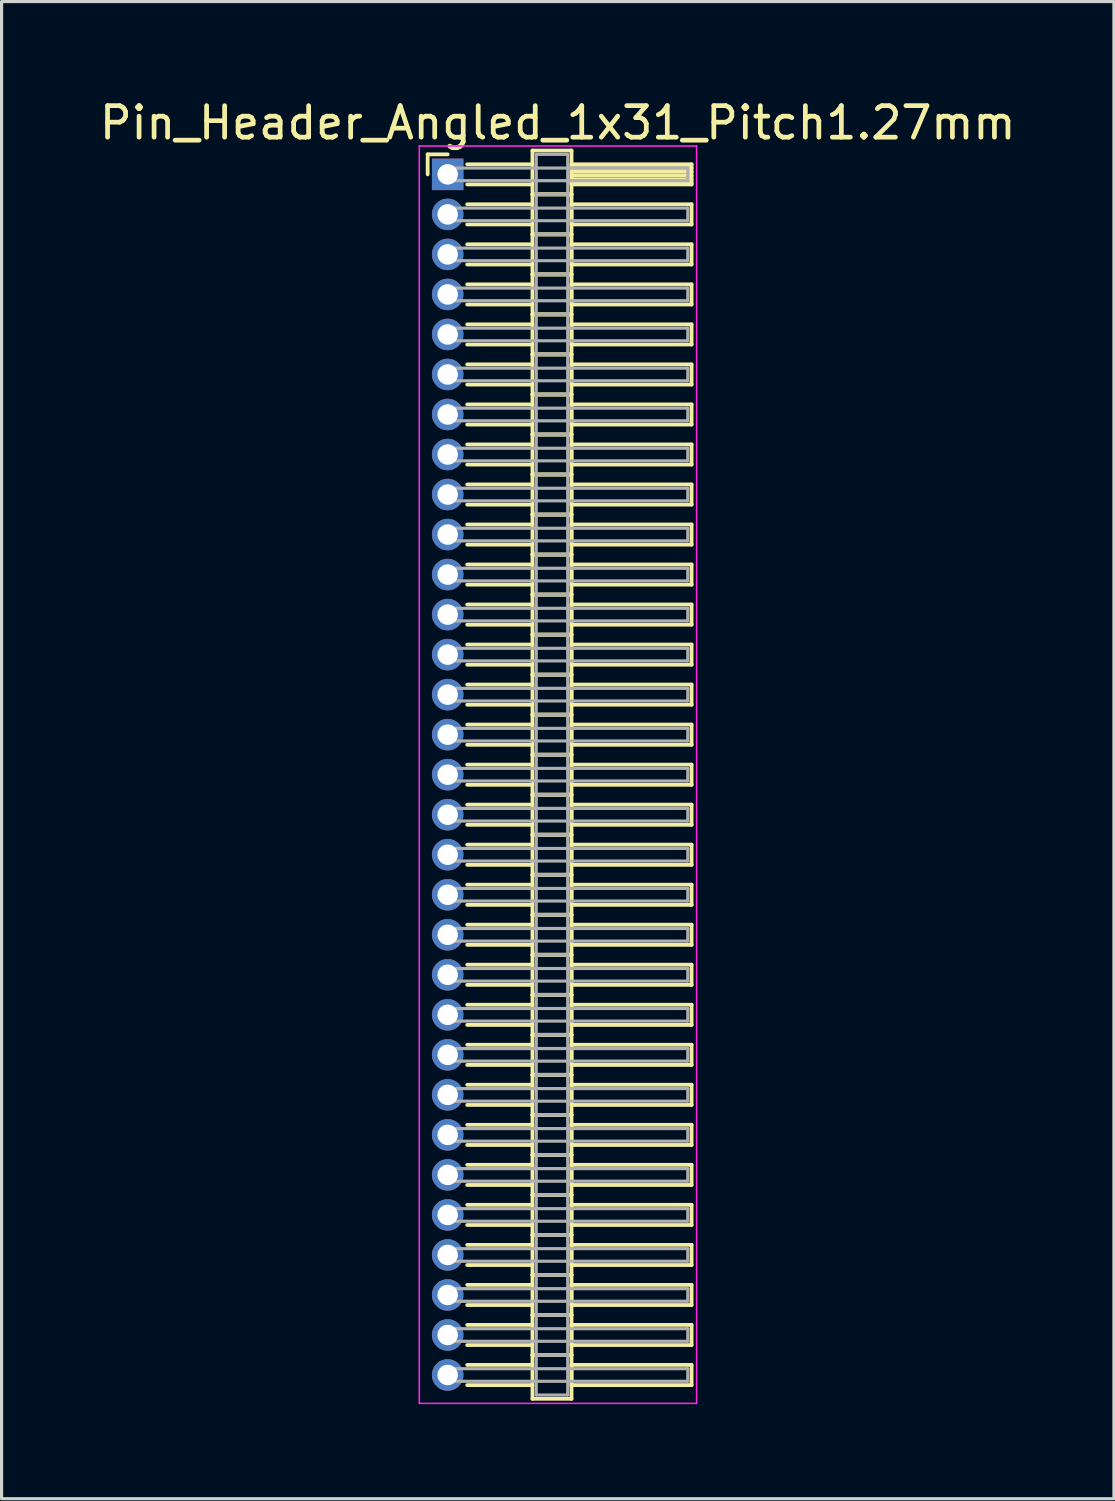
<source format=kicad_pcb>
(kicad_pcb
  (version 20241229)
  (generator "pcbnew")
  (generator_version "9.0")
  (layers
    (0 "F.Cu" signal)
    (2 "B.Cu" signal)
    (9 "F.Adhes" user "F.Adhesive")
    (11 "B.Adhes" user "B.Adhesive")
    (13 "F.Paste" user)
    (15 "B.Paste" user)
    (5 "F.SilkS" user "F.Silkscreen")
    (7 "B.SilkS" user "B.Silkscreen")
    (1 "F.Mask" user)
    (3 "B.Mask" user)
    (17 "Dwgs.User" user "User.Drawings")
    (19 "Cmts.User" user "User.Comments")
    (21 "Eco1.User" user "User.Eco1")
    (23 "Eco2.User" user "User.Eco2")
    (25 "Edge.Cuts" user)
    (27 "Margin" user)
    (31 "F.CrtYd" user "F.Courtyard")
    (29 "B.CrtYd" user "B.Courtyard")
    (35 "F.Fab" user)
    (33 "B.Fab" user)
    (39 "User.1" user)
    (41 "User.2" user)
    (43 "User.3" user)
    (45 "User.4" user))
  (footprint "Pin_Header_Angled_1x31_Pitch1.27mm"
    (layer "F.Cu")
    (at 11.156 2.483)
    (property "Reference" "Pin_Header_Angled_1x31_Pitch1.27mm" (at 3.493 -1.635 0) (layer "F.SilkS") (effects (font (size 1 1) (thickness 0.15))))
    (attr through_hole)
    (fp_line (start -0.635 -0.635) (end 0 -0.635) (stroke (width 0.12) (type solid)) (layer "F.SilkS"))
    (fp_line (start -0.635 0) (end -0.635 -0.635) (stroke (width 0.12) (type solid)) (layer "F.SilkS"))
    (fp_line (start 0.62 -0.32) (end 2.69 -0.32) (stroke (width 0.12) (type solid)) (layer "F.SilkS"))
    (fp_line (start 0.62 0.32) (end 2.69 0.32) (stroke (width 0.12) (type solid)) (layer "F.SilkS"))
    (fp_line (start 0.62 0.95) (end 2.69 0.95) (stroke (width 0.12) (type solid)) (layer "F.SilkS"))
    (fp_line (start 0.62 1.59) (end 2.69 1.59) (stroke (width 0.12) (type solid)) (layer "F.SilkS"))
    (fp_line (start 0.62 2.22) (end 2.69 2.22) (stroke (width 0.12) (type solid)) (layer "F.SilkS"))
    (fp_line (start 0.62 2.86) (end 2.69 2.86) (stroke (width 0.12) (type solid)) (layer "F.SilkS"))
    (fp_line (start 0.62 3.49) (end 2.69 3.49) (stroke (width 0.12) (type solid)) (layer "F.SilkS"))
    (fp_line (start 0.62 4.13) (end 2.69 4.13) (stroke (width 0.12) (type solid)) (layer "F.SilkS"))
    (fp_line (start 0.62 4.76) (end 2.69 4.76) (stroke (width 0.12) (type solid)) (layer "F.SilkS"))
    (fp_line (start 0.62 5.4) (end 2.69 5.4) (stroke (width 0.12) (type solid)) (layer "F.SilkS"))
    (fp_line (start 0.62 6.03) (end 2.69 6.03) (stroke (width 0.12) (type solid)) (layer "F.SilkS"))
    (fp_line (start 0.62 6.67) (end 2.69 6.67) (stroke (width 0.12) (type solid)) (layer "F.SilkS"))
    (fp_line (start 0.62 7.3) (end 2.69 7.3) (stroke (width 0.12) (type solid)) (layer "F.SilkS"))
    (fp_line (start 0.62 7.94) (end 2.69 7.94) (stroke (width 0.12) (type solid)) (layer "F.SilkS"))
    (fp_line (start 0.62 8.57) (end 2.69 8.57) (stroke (width 0.12) (type solid)) (layer "F.SilkS"))
    (fp_line (start 0.62 9.21) (end 2.69 9.21) (stroke (width 0.12) (type solid)) (layer "F.SilkS"))
    (fp_line (start 0.62 9.84) (end 2.69 9.84) (stroke (width 0.12) (type solid)) (layer "F.SilkS"))
    (fp_line (start 0.62 10.48) (end 2.69 10.48) (stroke (width 0.12) (type solid)) (layer "F.SilkS"))
    (fp_line (start 0.62 11.11) (end 2.69 11.11) (stroke (width 0.12) (type solid)) (layer "F.SilkS"))
    (fp_line (start 0.62 11.75) (end 2.69 11.75) (stroke (width 0.12) (type solid)) (layer "F.SilkS"))
    (fp_line (start 0.62 12.38) (end 2.69 12.38) (stroke (width 0.12) (type solid)) (layer "F.SilkS"))
    (fp_line (start 0.62 13.02) (end 2.69 13.02) (stroke (width 0.12) (type solid)) (layer "F.SilkS"))
    (fp_line (start 0.62 13.65) (end 2.69 13.65) (stroke (width 0.12) (type solid)) (layer "F.SilkS"))
    (fp_line (start 0.62 14.29) (end 2.69 14.29) (stroke (width 0.12) (type solid)) (layer "F.SilkS"))
    (fp_line (start 0.62 14.92) (end 2.69 14.92) (stroke (width 0.12) (type solid)) (layer "F.SilkS"))
    (fp_line (start 0.62 15.56) (end 2.69 15.56) (stroke (width 0.12) (type solid)) (layer "F.SilkS"))
    (fp_line (start 0.62 16.19) (end 2.69 16.19) (stroke (width 0.12) (type solid)) (layer "F.SilkS"))
    (fp_line (start 0.62 16.83) (end 2.69 16.83) (stroke (width 0.12) (type solid)) (layer "F.SilkS"))
    (fp_line (start 0.62 17.46) (end 2.69 17.46) (stroke (width 0.12) (type solid)) (layer "F.SilkS"))
    (fp_line (start 0.62 18.1) (end 2.69 18.1) (stroke (width 0.12) (type solid)) (layer "F.SilkS"))
    (fp_line (start 0.62 18.73) (end 2.69 18.73) (stroke (width 0.12) (type solid)) (layer "F.SilkS"))
    (fp_line (start 0.62 19.37) (end 2.69 19.37) (stroke (width 0.12) (type solid)) (layer "F.SilkS"))
    (fp_line (start 0.62 20) (end 2.69 20) (stroke (width 0.12) (type solid)) (layer "F.SilkS"))
    (fp_line (start 0.62 20.64) (end 2.69 20.64) (stroke (width 0.12) (type solid)) (layer "F.SilkS"))
    (fp_line (start 0.62 21.27) (end 2.69 21.27) (stroke (width 0.12) (type solid)) (layer "F.SilkS"))
    (fp_line (start 0.62 21.91) (end 2.69 21.91) (stroke (width 0.12) (type solid)) (layer "F.SilkS"))
    (fp_line (start 0.62 22.54) (end 2.69 22.54) (stroke (width 0.12) (type solid)) (layer "F.SilkS"))
    (fp_line (start 0.62 23.18) (end 2.69 23.18) (stroke (width 0.12) (type solid)) (layer "F.SilkS"))
    (fp_line (start 0.62 23.81) (end 2.69 23.81) (stroke (width 0.12) (type solid)) (layer "F.SilkS"))
    (fp_line (start 0.62 24.45) (end 2.69 24.45) (stroke (width 0.12) (type solid)) (layer "F.SilkS"))
    (fp_line (start 0.62 25.08) (end 2.69 25.08) (stroke (width 0.12) (type solid)) (layer "F.SilkS"))
    (fp_line (start 0.62 25.72) (end 2.69 25.72) (stroke (width 0.12) (type solid)) (layer "F.SilkS"))
    (fp_line (start 0.62 26.35) (end 2.69 26.35) (stroke (width 0.12) (type solid)) (layer "F.SilkS"))
    (fp_line (start 0.62 26.99) (end 2.69 26.99) (stroke (width 0.12) (type solid)) (layer "F.SilkS"))
    (fp_line (start 0.62 27.62) (end 2.69 27.62) (stroke (width 0.12) (type solid)) (layer "F.SilkS"))
    (fp_line (start 0.62 28.26) (end 2.69 28.26) (stroke (width 0.12) (type solid)) (layer "F.SilkS"))
    (fp_line (start 0.62 28.89) (end 2.69 28.89) (stroke (width 0.12) (type solid)) (layer "F.SilkS"))
    (fp_line (start 0.62 29.53) (end 2.69 29.53) (stroke (width 0.12) (type solid)) (layer "F.SilkS"))
    (fp_line (start 0.62 30.16) (end 2.69 30.16) (stroke (width 0.12) (type solid)) (layer "F.SilkS"))
    (fp_line (start 0.62 30.8) (end 2.69 30.8) (stroke (width 0.12) (type solid)) (layer "F.SilkS"))
    (fp_line (start 0.62 31.43) (end 2.69 31.43) (stroke (width 0.12) (type solid)) (layer "F.SilkS"))
    (fp_line (start 0.62 32.07) (end 2.69 32.07) (stroke (width 0.12) (type solid)) (layer "F.SilkS"))
    (fp_line (start 0.62 32.7) (end 2.69 32.7) (stroke (width 0.12) (type solid)) (layer "F.SilkS"))
    (fp_line (start 0.62 33.34) (end 2.69 33.34) (stroke (width 0.12) (type solid)) (layer "F.SilkS"))
    (fp_line (start 0.62 33.97) (end 2.69 33.97) (stroke (width 0.12) (type solid)) (layer "F.SilkS"))
    (fp_line (start 0.62 34.61) (end 2.69 34.61) (stroke (width 0.12) (type solid)) (layer "F.SilkS"))
    (fp_line (start 0.62 35.24) (end 2.69 35.24) (stroke (width 0.12) (type solid)) (layer "F.SilkS"))
    (fp_line (start 0.62 35.88) (end 2.69 35.88) (stroke (width 0.12) (type solid)) (layer "F.SilkS"))
    (fp_line (start 0.62 36.51) (end 2.69 36.51) (stroke (width 0.12) (type solid)) (layer "F.SilkS"))
    (fp_line (start 0.62 37.15) (end 2.69 37.15) (stroke (width 0.12) (type solid)) (layer "F.SilkS"))
    (fp_line (start 0.62 37.78) (end 2.69 37.78) (stroke (width 0.12) (type solid)) (layer "F.SilkS"))
    (fp_line (start 0.62 38.42) (end 2.69 38.42) (stroke (width 0.12) (type solid)) (layer "F.SilkS"))
    (fp_line (start 2.69 -0.755) (end 2.69 0.635) (stroke (width 0.12) (type solid)) (layer "F.SilkS"))
    (fp_line (start 2.69 0.635) (end 2.69 1.905) (stroke (width 0.12) (type solid)) (layer "F.SilkS"))
    (fp_line (start 2.69 0.635) (end 3.93 0.635) (stroke (width 0.12) (type solid)) (layer "F.SilkS"))
    (fp_line (start 2.69 1.905) (end 2.69 3.175) (stroke (width 0.12) (type solid)) (layer "F.SilkS"))
    (fp_line (start 2.69 1.905) (end 3.93 1.905) (stroke (width 0.12) (type solid)) (layer "F.SilkS"))
    (fp_line (start 2.69 3.175) (end 2.69 4.445) (stroke (width 0.12) (type solid)) (layer "F.SilkS"))
    (fp_line (start 2.69 3.175) (end 3.93 3.175) (stroke (width 0.12) (type solid)) (layer "F.SilkS"))
    (fp_line (start 2.69 4.445) (end 2.69 5.715) (stroke (width 0.12) (type solid)) (layer "F.SilkS"))
    (fp_line (start 2.69 4.445) (end 3.93 4.445) (stroke (width 0.12) (type solid)) (layer "F.SilkS"))
    (fp_line (start 2.69 5.715) (end 2.69 6.985) (stroke (width 0.12) (type solid)) (layer "F.SilkS"))
    (fp_line (start 2.69 5.715) (end 3.93 5.715) (stroke (width 0.12) (type solid)) (layer "F.SilkS"))
    (fp_line (start 2.69 6.985) (end 2.69 8.255) (stroke (width 0.12) (type solid)) (layer "F.SilkS"))
    (fp_line (start 2.69 6.985) (end 3.93 6.985) (stroke (width 0.12) (type solid)) (layer "F.SilkS"))
    (fp_line (start 2.69 8.255) (end 2.69 9.525) (stroke (width 0.12) (type solid)) (layer "F.SilkS"))
    (fp_line (start 2.69 8.255) (end 3.93 8.255) (stroke (width 0.12) (type solid)) (layer "F.SilkS"))
    (fp_line (start 2.69 9.525) (end 2.69 10.795) (stroke (width 0.12) (type solid)) (layer "F.SilkS"))
    (fp_line (start 2.69 9.525) (end 3.93 9.525) (stroke (width 0.12) (type solid)) (layer "F.SilkS"))
    (fp_line (start 2.69 10.795) (end 2.69 12.065) (stroke (width 0.12) (type solid)) (layer "F.SilkS"))
    (fp_line (start 2.69 10.795) (end 3.93 10.795) (stroke (width 0.12) (type solid)) (layer "F.SilkS"))
    (fp_line (start 2.69 12.065) (end 2.69 13.335) (stroke (width 0.12) (type solid)) (layer "F.SilkS"))
    (fp_line (start 2.69 12.065) (end 3.93 12.065) (stroke (width 0.12) (type solid)) (layer "F.SilkS"))
    (fp_line (start 2.69 13.335) (end 2.69 14.605) (stroke (width 0.12) (type solid)) (layer "F.SilkS"))
    (fp_line (start 2.69 13.335) (end 3.93 13.335) (stroke (width 0.12) (type solid)) (layer "F.SilkS"))
    (fp_line (start 2.69 14.605) (end 2.69 15.875) (stroke (width 0.12) (type solid)) (layer "F.SilkS"))
    (fp_line (start 2.69 14.605) (end 3.93 14.605) (stroke (width 0.12) (type solid)) (layer "F.SilkS"))
    (fp_line (start 2.69 15.875) (end 2.69 17.145) (stroke (width 0.12) (type solid)) (layer "F.SilkS"))
    (fp_line (start 2.69 15.875) (end 3.93 15.875) (stroke (width 0.12) (type solid)) (layer "F.SilkS"))
    (fp_line (start 2.69 17.145) (end 2.69 18.415) (stroke (width 0.12) (type solid)) (layer "F.SilkS"))
    (fp_line (start 2.69 17.145) (end 3.93 17.145) (stroke (width 0.12) (type solid)) (layer "F.SilkS"))
    (fp_line (start 2.69 18.415) (end 2.69 19.685) (stroke (width 0.12) (type solid)) (layer "F.SilkS"))
    (fp_line (start 2.69 18.415) (end 3.93 18.415) (stroke (width 0.12) (type solid)) (layer "F.SilkS"))
    (fp_line (start 2.69 19.685) (end 2.69 20.955) (stroke (width 0.12) (type solid)) (layer "F.SilkS"))
    (fp_line (start 2.69 19.685) (end 3.93 19.685) (stroke (width 0.12) (type solid)) (layer "F.SilkS"))
    (fp_line (start 2.69 20.955) (end 2.69 22.225) (stroke (width 0.12) (type solid)) (layer "F.SilkS"))
    (fp_line (start 2.69 20.955) (end 3.93 20.955) (stroke (width 0.12) (type solid)) (layer "F.SilkS"))
    (fp_line (start 2.69 22.225) (end 2.69 23.495) (stroke (width 0.12) (type solid)) (layer "F.SilkS"))
    (fp_line (start 2.69 22.225) (end 3.93 22.225) (stroke (width 0.12) (type solid)) (layer "F.SilkS"))
    (fp_line (start 2.69 23.495) (end 2.69 24.765) (stroke (width 0.12) (type solid)) (layer "F.SilkS"))
    (fp_line (start 2.69 23.495) (end 3.93 23.495) (stroke (width 0.12) (type solid)) (layer "F.SilkS"))
    (fp_line (start 2.69 24.765) (end 2.69 26.035) (stroke (width 0.12) (type solid)) (layer "F.SilkS"))
    (fp_line (start 2.69 24.765) (end 3.93 24.765) (stroke (width 0.12) (type solid)) (layer "F.SilkS"))
    (fp_line (start 2.69 26.035) (end 2.69 27.305) (stroke (width 0.12) (type solid)) (layer "F.SilkS"))
    (fp_line (start 2.69 26.035) (end 3.93 26.035) (stroke (width 0.12) (type solid)) (layer "F.SilkS"))
    (fp_line (start 2.69 27.305) (end 2.69 28.575) (stroke (width 0.12) (type solid)) (layer "F.SilkS"))
    (fp_line (start 2.69 27.305) (end 3.93 27.305) (stroke (width 0.12) (type solid)) (layer "F.SilkS"))
    (fp_line (start 2.69 28.575) (end 2.69 29.845) (stroke (width 0.12) (type solid)) (layer "F.SilkS"))
    (fp_line (start 2.69 28.575) (end 3.93 28.575) (stroke (width 0.12) (type solid)) (layer "F.SilkS"))
    (fp_line (start 2.69 29.845) (end 2.69 31.115) (stroke (width 0.12) (type solid)) (layer "F.SilkS"))
    (fp_line (start 2.69 29.845) (end 3.93 29.845) (stroke (width 0.12) (type solid)) (layer "F.SilkS"))
    (fp_line (start 2.69 31.115) (end 2.69 32.385) (stroke (width 0.12) (type solid)) (layer "F.SilkS"))
    (fp_line (start 2.69 31.115) (end 3.93 31.115) (stroke (width 0.12) (type solid)) (layer "F.SilkS"))
    (fp_line (start 2.69 32.385) (end 2.69 33.655) (stroke (width 0.12) (type solid)) (layer "F.SilkS"))
    (fp_line (start 2.69 32.385) (end 3.93 32.385) (stroke (width 0.12) (type solid)) (layer "F.SilkS"))
    (fp_line (start 2.69 33.655) (end 2.69 34.925) (stroke (width 0.12) (type solid)) (layer "F.SilkS"))
    (fp_line (start 2.69 33.655) (end 3.93 33.655) (stroke (width 0.12) (type solid)) (layer "F.SilkS"))
    (fp_line (start 2.69 34.925) (end 2.69 36.195) (stroke (width 0.12) (type solid)) (layer "F.SilkS"))
    (fp_line (start 2.69 34.925) (end 3.93 34.925) (stroke (width 0.12) (type solid)) (layer "F.SilkS"))
    (fp_line (start 2.69 36.195) (end 2.69 37.465) (stroke (width 0.12) (type solid)) (layer "F.SilkS"))
    (fp_line (start 2.69 36.195) (end 3.93 36.195) (stroke (width 0.12) (type solid)) (layer "F.SilkS"))
    (fp_line (start 2.69 37.465) (end 2.69 38.855) (stroke (width 0.12) (type solid)) (layer "F.SilkS"))
    (fp_line (start 2.69 37.465) (end 3.93 37.465) (stroke (width 0.12) (type solid)) (layer "F.SilkS"))
    (fp_line (start 2.69 38.855) (end 3.93 38.855) (stroke (width 0.12) (type solid)) (layer "F.SilkS"))
    (fp_line (start 3.93 -0.755) (end 2.69 -0.755) (stroke (width 0.12) (type solid)) (layer "F.SilkS"))
    (fp_line (start 3.93 -0.32) (end 3.93 0.32) (stroke (width 0.12) (type solid)) (layer "F.SilkS"))
    (fp_line (start 3.93 -0.2) (end 7.74 -0.2) (stroke (width 0.12) (type solid)) (layer "F.SilkS"))
    (fp_line (start 3.93 -0.08) (end 7.74 -0.08) (stroke (width 0.12) (type solid)) (layer "F.SilkS"))
    (fp_line (start 3.93 0.04) (end 7.74 0.04) (stroke (width 0.12) (type solid)) (layer "F.SilkS"))
    (fp_line (start 3.93 0.16) (end 7.74 0.16) (stroke (width 0.12) (type solid)) (layer "F.SilkS"))
    (fp_line (start 3.93 0.28) (end 7.74 0.28) (stroke (width 0.12) (type solid)) (layer "F.SilkS"))
    (fp_line (start 3.93 0.32) (end 7.74 0.32) (stroke (width 0.12) (type solid)) (layer "F.SilkS"))
    (fp_line (start 3.93 0.635) (end 2.69 0.635) (stroke (width 0.12) (type solid)) (layer "F.SilkS"))
    (fp_line (start 3.93 0.635) (end 3.93 -0.755) (stroke (width 0.12) (type solid)) (layer "F.SilkS"))
    (fp_line (start 3.93 0.95) (end 3.93 1.59) (stroke (width 0.12) (type solid)) (layer "F.SilkS"))
    (fp_line (start 3.93 1.59) (end 7.74 1.59) (stroke (width 0.12) (type solid)) (layer "F.SilkS"))
    (fp_line (start 3.93 1.905) (end 2.69 1.905) (stroke (width 0.12) (type solid)) (layer "F.SilkS"))
    (fp_line (start 3.93 1.905) (end 3.93 0.635) (stroke (width 0.12) (type solid)) (layer "F.SilkS"))
    (fp_line (start 3.93 2.22) (end 3.93 2.86) (stroke (width 0.12) (type solid)) (layer "F.SilkS"))
    (fp_line (start 3.93 2.86) (end 7.74 2.86) (stroke (width 0.12) (type solid)) (layer "F.SilkS"))
    (fp_line (start 3.93 3.175) (end 2.69 3.175) (stroke (width 0.12) (type solid)) (layer "F.SilkS"))
    (fp_line (start 3.93 3.175) (end 3.93 1.905) (stroke (width 0.12) (type solid)) (layer "F.SilkS"))
    (fp_line (start 3.93 3.49) (end 3.93 4.13) (stroke (width 0.12) (type solid)) (layer "F.SilkS"))
    (fp_line (start 3.93 4.13) (end 7.74 4.13) (stroke (width 0.12) (type solid)) (layer "F.SilkS"))
    (fp_line (start 3.93 4.445) (end 2.69 4.445) (stroke (width 0.12) (type solid)) (layer "F.SilkS"))
    (fp_line (start 3.93 4.445) (end 3.93 3.175) (stroke (width 0.12) (type solid)) (layer "F.SilkS"))
    (fp_line (start 3.93 4.76) (end 3.93 5.4) (stroke (width 0.12) (type solid)) (layer "F.SilkS"))
    (fp_line (start 3.93 5.4) (end 7.74 5.4) (stroke (width 0.12) (type solid)) (layer "F.SilkS"))
    (fp_line (start 3.93 5.715) (end 2.69 5.715) (stroke (width 0.12) (type solid)) (layer "F.SilkS"))
    (fp_line (start 3.93 5.715) (end 3.93 4.445) (stroke (width 0.12) (type solid)) (layer "F.SilkS"))
    (fp_line (start 3.93 6.03) (end 3.93 6.67) (stroke (width 0.12) (type solid)) (layer "F.SilkS"))
    (fp_line (start 3.93 6.67) (end 7.74 6.67) (stroke (width 0.12) (type solid)) (layer "F.SilkS"))
    (fp_line (start 3.93 6.985) (end 2.69 6.985) (stroke (width 0.12) (type solid)) (layer "F.SilkS"))
    (fp_line (start 3.93 6.985) (end 3.93 5.715) (stroke (width 0.12) (type solid)) (layer "F.SilkS"))
    (fp_line (start 3.93 7.3) (end 3.93 7.94) (stroke (width 0.12) (type solid)) (layer "F.SilkS"))
    (fp_line (start 3.93 7.94) (end 7.74 7.94) (stroke (width 0.12) (type solid)) (layer "F.SilkS"))
    (fp_line (start 3.93 8.255) (end 2.69 8.255) (stroke (width 0.12) (type solid)) (layer "F.SilkS"))
    (fp_line (start 3.93 8.255) (end 3.93 6.985) (stroke (width 0.12) (type solid)) (layer "F.SilkS"))
    (fp_line (start 3.93 8.57) (end 3.93 9.21) (stroke (width 0.12) (type solid)) (layer "F.SilkS"))
    (fp_line (start 3.93 9.21) (end 7.74 9.21) (stroke (width 0.12) (type solid)) (layer "F.SilkS"))
    (fp_line (start 3.93 9.525) (end 2.69 9.525) (stroke (width 0.12) (type solid)) (layer "F.SilkS"))
    (fp_line (start 3.93 9.525) (end 3.93 8.255) (stroke (width 0.12) (type solid)) (layer "F.SilkS"))
    (fp_line (start 3.93 9.84) (end 3.93 10.48) (stroke (width 0.12) (type solid)) (layer "F.SilkS"))
    (fp_line (start 3.93 10.48) (end 7.74 10.48) (stroke (width 0.12) (type solid)) (layer "F.SilkS"))
    (fp_line (start 3.93 10.795) (end 2.69 10.795) (stroke (width 0.12) (type solid)) (layer "F.SilkS"))
    (fp_line (start 3.93 10.795) (end 3.93 9.525) (stroke (width 0.12) (type solid)) (layer "F.SilkS"))
    (fp_line (start 3.93 11.11) (end 3.93 11.75) (stroke (width 0.12) (type solid)) (layer "F.SilkS"))
    (fp_line (start 3.93 11.75) (end 7.74 11.75) (stroke (width 0.12) (type solid)) (layer "F.SilkS"))
    (fp_line (start 3.93 12.065) (end 2.69 12.065) (stroke (width 0.12) (type solid)) (layer "F.SilkS"))
    (fp_line (start 3.93 12.065) (end 3.93 10.795) (stroke (width 0.12) (type solid)) (layer "F.SilkS"))
    (fp_line (start 3.93 12.38) (end 3.93 13.02) (stroke (width 0.12) (type solid)) (layer "F.SilkS"))
    (fp_line (start 3.93 13.02) (end 7.74 13.02) (stroke (width 0.12) (type solid)) (layer "F.SilkS"))
    (fp_line (start 3.93 13.335) (end 2.69 13.335) (stroke (width 0.12) (type solid)) (layer "F.SilkS"))
    (fp_line (start 3.93 13.335) (end 3.93 12.065) (stroke (width 0.12) (type solid)) (layer "F.SilkS"))
    (fp_line (start 3.93 13.65) (end 3.93 14.29) (stroke (width 0.12) (type solid)) (layer "F.SilkS"))
    (fp_line (start 3.93 14.29) (end 7.74 14.29) (stroke (width 0.12) (type solid)) (layer "F.SilkS"))
    (fp_line (start 3.93 14.605) (end 2.69 14.605) (stroke (width 0.12) (type solid)) (layer "F.SilkS"))
    (fp_line (start 3.93 14.605) (end 3.93 13.335) (stroke (width 0.12) (type solid)) (layer "F.SilkS"))
    (fp_line (start 3.93 14.92) (end 3.93 15.56) (stroke (width 0.12) (type solid)) (layer "F.SilkS"))
    (fp_line (start 3.93 15.56) (end 7.74 15.56) (stroke (width 0.12) (type solid)) (layer "F.SilkS"))
    (fp_line (start 3.93 15.875) (end 2.69 15.875) (stroke (width 0.12) (type solid)) (layer "F.SilkS"))
    (fp_line (start 3.93 15.875) (end 3.93 14.605) (stroke (width 0.12) (type solid)) (layer "F.SilkS"))
    (fp_line (start 3.93 16.19) (end 3.93 16.83) (stroke (width 0.12) (type solid)) (layer "F.SilkS"))
    (fp_line (start 3.93 16.83) (end 7.74 16.83) (stroke (width 0.12) (type solid)) (layer "F.SilkS"))
    (fp_line (start 3.93 17.145) (end 2.69 17.145) (stroke (width 0.12) (type solid)) (layer "F.SilkS"))
    (fp_line (start 3.93 17.145) (end 3.93 15.875) (stroke (width 0.12) (type solid)) (layer "F.SilkS"))
    (fp_line (start 3.93 17.46) (end 3.93 18.1) (stroke (width 0.12) (type solid)) (layer "F.SilkS"))
    (fp_line (start 3.93 18.1) (end 7.74 18.1) (stroke (width 0.12) (type solid)) (layer "F.SilkS"))
    (fp_line (start 3.93 18.415) (end 2.69 18.415) (stroke (width 0.12) (type solid)) (layer "F.SilkS"))
    (fp_line (start 3.93 18.415) (end 3.93 17.145) (stroke (width 0.12) (type solid)) (layer "F.SilkS"))
    (fp_line (start 3.93 18.73) (end 3.93 19.37) (stroke (width 0.12) (type solid)) (layer "F.SilkS"))
    (fp_line (start 3.93 19.37) (end 7.74 19.37) (stroke (width 0.12) (type solid)) (layer "F.SilkS"))
    (fp_line (start 3.93 19.685) (end 2.69 19.685) (stroke (width 0.12) (type solid)) (layer "F.SilkS"))
    (fp_line (start 3.93 19.685) (end 3.93 18.415) (stroke (width 0.12) (type solid)) (layer "F.SilkS"))
    (fp_line (start 3.93 20) (end 3.93 20.64) (stroke (width 0.12) (type solid)) (layer "F.SilkS"))
    (fp_line (start 3.93 20.64) (end 7.74 20.64) (stroke (width 0.12) (type solid)) (layer "F.SilkS"))
    (fp_line (start 3.93 20.955) (end 2.69 20.955) (stroke (width 0.12) (type solid)) (layer "F.SilkS"))
    (fp_line (start 3.93 20.955) (end 3.93 19.685) (stroke (width 0.12) (type solid)) (layer "F.SilkS"))
    (fp_line (start 3.93 21.27) (end 3.93 21.91) (stroke (width 0.12) (type solid)) (layer "F.SilkS"))
    (fp_line (start 3.93 21.91) (end 7.74 21.91) (stroke (width 0.12) (type solid)) (layer "F.SilkS"))
    (fp_line (start 3.93 22.225) (end 2.69 22.225) (stroke (width 0.12) (type solid)) (layer "F.SilkS"))
    (fp_line (start 3.93 22.225) (end 3.93 20.955) (stroke (width 0.12) (type solid)) (layer "F.SilkS"))
    (fp_line (start 3.93 22.54) (end 3.93 23.18) (stroke (width 0.12) (type solid)) (layer "F.SilkS"))
    (fp_line (start 3.93 23.18) (end 7.74 23.18) (stroke (width 0.12) (type solid)) (layer "F.SilkS"))
    (fp_line (start 3.93 23.495) (end 2.69 23.495) (stroke (width 0.12) (type solid)) (layer "F.SilkS"))
    (fp_line (start 3.93 23.495) (end 3.93 22.225) (stroke (width 0.12) (type solid)) (layer "F.SilkS"))
    (fp_line (start 3.93 23.81) (end 3.93 24.45) (stroke (width 0.12) (type solid)) (layer "F.SilkS"))
    (fp_line (start 3.93 24.45) (end 7.74 24.45) (stroke (width 0.12) (type solid)) (layer "F.SilkS"))
    (fp_line (start 3.93 24.765) (end 2.69 24.765) (stroke (width 0.12) (type solid)) (layer "F.SilkS"))
    (fp_line (start 3.93 24.765) (end 3.93 23.495) (stroke (width 0.12) (type solid)) (layer "F.SilkS"))
    (fp_line (start 3.93 25.08) (end 3.93 25.72) (stroke (width 0.12) (type solid)) (layer "F.SilkS"))
    (fp_line (start 3.93 25.72) (end 7.74 25.72) (stroke (width 0.12) (type solid)) (layer "F.SilkS"))
    (fp_line (start 3.93 26.035) (end 2.69 26.035) (stroke (width 0.12) (type solid)) (layer "F.SilkS"))
    (fp_line (start 3.93 26.035) (end 3.93 24.765) (stroke (width 0.12) (type solid)) (layer "F.SilkS"))
    (fp_line (start 3.93 26.35) (end 3.93 26.99) (stroke (width 0.12) (type solid)) (layer "F.SilkS"))
    (fp_line (start 3.93 26.99) (end 7.74 26.99) (stroke (width 0.12) (type solid)) (layer "F.SilkS"))
    (fp_line (start 3.93 27.305) (end 2.69 27.305) (stroke (width 0.12) (type solid)) (layer "F.SilkS"))
    (fp_line (start 3.93 27.305) (end 3.93 26.035) (stroke (width 0.12) (type solid)) (layer "F.SilkS"))
    (fp_line (start 3.93 27.62) (end 3.93 28.26) (stroke (width 0.12) (type solid)) (layer "F.SilkS"))
    (fp_line (start 3.93 28.26) (end 7.74 28.26) (stroke (width 0.12) (type solid)) (layer "F.SilkS"))
    (fp_line (start 3.93 28.575) (end 2.69 28.575) (stroke (width 0.12) (type solid)) (layer "F.SilkS"))
    (fp_line (start 3.93 28.575) (end 3.93 27.305) (stroke (width 0.12) (type solid)) (layer "F.SilkS"))
    (fp_line (start 3.93 28.89) (end 3.93 29.53) (stroke (width 0.12) (type solid)) (layer "F.SilkS"))
    (fp_line (start 3.93 29.53) (end 7.74 29.53) (stroke (width 0.12) (type solid)) (layer "F.SilkS"))
    (fp_line (start 3.93 29.845) (end 2.69 29.845) (stroke (width 0.12) (type solid)) (layer "F.SilkS"))
    (fp_line (start 3.93 29.845) (end 3.93 28.575) (stroke (width 0.12) (type solid)) (layer "F.SilkS"))
    (fp_line (start 3.93 30.16) (end 3.93 30.8) (stroke (width 0.12) (type solid)) (layer "F.SilkS"))
    (fp_line (start 3.93 30.8) (end 7.74 30.8) (stroke (width 0.12) (type solid)) (layer "F.SilkS"))
    (fp_line (start 3.93 31.115) (end 2.69 31.115) (stroke (width 0.12) (type solid)) (layer "F.SilkS"))
    (fp_line (start 3.93 31.115) (end 3.93 29.845) (stroke (width 0.12) (type solid)) (layer "F.SilkS"))
    (fp_line (start 3.93 31.43) (end 3.93 32.07) (stroke (width 0.12) (type solid)) (layer "F.SilkS"))
    (fp_line (start 3.93 32.07) (end 7.74 32.07) (stroke (width 0.12) (type solid)) (layer "F.SilkS"))
    (fp_line (start 3.93 32.385) (end 2.69 32.385) (stroke (width 0.12) (type solid)) (layer "F.SilkS"))
    (fp_line (start 3.93 32.385) (end 3.93 31.115) (stroke (width 0.12) (type solid)) (layer "F.SilkS"))
    (fp_line (start 3.93 32.7) (end 3.93 33.34) (stroke (width 0.12) (type solid)) (layer "F.SilkS"))
    (fp_line (start 3.93 33.34) (end 7.74 33.34) (stroke (width 0.12) (type solid)) (layer "F.SilkS"))
    (fp_line (start 3.93 33.655) (end 2.69 33.655) (stroke (width 0.12) (type solid)) (layer "F.SilkS"))
    (fp_line (start 3.93 33.655) (end 3.93 32.385) (stroke (width 0.12) (type solid)) (layer "F.SilkS"))
    (fp_line (start 3.93 33.97) (end 3.93 34.61) (stroke (width 0.12) (type solid)) (layer "F.SilkS"))
    (fp_line (start 3.93 34.61) (end 7.74 34.61) (stroke (width 0.12) (type solid)) (layer "F.SilkS"))
    (fp_line (start 3.93 34.925) (end 2.69 34.925) (stroke (width 0.12) (type solid)) (layer "F.SilkS"))
    (fp_line (start 3.93 34.925) (end 3.93 33.655) (stroke (width 0.12) (type solid)) (layer "F.SilkS"))
    (fp_line (start 3.93 35.24) (end 3.93 35.88) (stroke (width 0.12) (type solid)) (layer "F.SilkS"))
    (fp_line (start 3.93 35.88) (end 7.74 35.88) (stroke (width 0.12) (type solid)) (layer "F.SilkS"))
    (fp_line (start 3.93 36.195) (end 2.69 36.195) (stroke (width 0.12) (type solid)) (layer "F.SilkS"))
    (fp_line (start 3.93 36.195) (end 3.93 34.925) (stroke (width 0.12) (type solid)) (layer "F.SilkS"))
    (fp_line (start 3.93 36.51) (end 3.93 37.15) (stroke (width 0.12) (type solid)) (layer "F.SilkS"))
    (fp_line (start 3.93 37.15) (end 7.74 37.15) (stroke (width 0.12) (type solid)) (layer "F.SilkS"))
    (fp_line (start 3.93 37.465) (end 2.69 37.465) (stroke (width 0.12) (type solid)) (layer "F.SilkS"))
    (fp_line (start 3.93 37.465) (end 3.93 36.195) (stroke (width 0.12) (type solid)) (layer "F.SilkS"))
    (fp_line (start 3.93 37.78) (end 3.93 38.42) (stroke (width 0.12) (type solid)) (layer "F.SilkS"))
    (fp_line (start 3.93 38.42) (end 7.74 38.42) (stroke (width 0.12) (type solid)) (layer "F.SilkS"))
    (fp_line (start 3.93 38.855) (end 3.93 37.465) (stroke (width 0.12) (type solid)) (layer "F.SilkS"))
    (fp_line (start 7.74 -0.32) (end 3.93 -0.32) (stroke (width 0.12) (type solid)) (layer "F.SilkS"))
    (fp_line (start 7.74 0.32) (end 7.74 -0.32) (stroke (width 0.12) (type solid)) (layer "F.SilkS"))
    (fp_line (start 7.74 0.95) (end 3.93 0.95) (stroke (width 0.12) (type solid)) (layer "F.SilkS"))
    (fp_line (start 7.74 1.59) (end 7.74 0.95) (stroke (width 0.12) (type solid)) (layer "F.SilkS"))
    (fp_line (start 7.74 2.22) (end 3.93 2.22) (stroke (width 0.12) (type solid)) (layer "F.SilkS"))
    (fp_line (start 7.74 2.86) (end 7.74 2.22) (stroke (width 0.12) (type solid)) (layer "F.SilkS"))
    (fp_line (start 7.74 3.49) (end 3.93 3.49) (stroke (width 0.12) (type solid)) (layer "F.SilkS"))
    (fp_line (start 7.74 4.13) (end 7.74 3.49) (stroke (width 0.12) (type solid)) (layer "F.SilkS"))
    (fp_line (start 7.74 4.76) (end 3.93 4.76) (stroke (width 0.12) (type solid)) (layer "F.SilkS"))
    (fp_line (start 7.74 5.4) (end 7.74 4.76) (stroke (width 0.12) (type solid)) (layer "F.SilkS"))
    (fp_line (start 7.74 6.03) (end 3.93 6.03) (stroke (width 0.12) (type solid)) (layer "F.SilkS"))
    (fp_line (start 7.74 6.67) (end 7.74 6.03) (stroke (width 0.12) (type solid)) (layer "F.SilkS"))
    (fp_line (start 7.74 7.3) (end 3.93 7.3) (stroke (width 0.12) (type solid)) (layer "F.SilkS"))
    (fp_line (start 7.74 7.94) (end 7.74 7.3) (stroke (width 0.12) (type solid)) (layer "F.SilkS"))
    (fp_line (start 7.74 8.57) (end 3.93 8.57) (stroke (width 0.12) (type solid)) (layer "F.SilkS"))
    (fp_line (start 7.74 9.21) (end 7.74 8.57) (stroke (width 0.12) (type solid)) (layer "F.SilkS"))
    (fp_line (start 7.74 9.84) (end 3.93 9.84) (stroke (width 0.12) (type solid)) (layer "F.SilkS"))
    (fp_line (start 7.74 10.48) (end 7.74 9.84) (stroke (width 0.12) (type solid)) (layer "F.SilkS"))
    (fp_line (start 7.74 11.11) (end 3.93 11.11) (stroke (width 0.12) (type solid)) (layer "F.SilkS"))
    (fp_line (start 7.74 11.75) (end 7.74 11.11) (stroke (width 0.12) (type solid)) (layer "F.SilkS"))
    (fp_line (start 7.74 12.38) (end 3.93 12.38) (stroke (width 0.12) (type solid)) (layer "F.SilkS"))
    (fp_line (start 7.74 13.02) (end 7.74 12.38) (stroke (width 0.12) (type solid)) (layer "F.SilkS"))
    (fp_line (start 7.74 13.65) (end 3.93 13.65) (stroke (width 0.12) (type solid)) (layer "F.SilkS"))
    (fp_line (start 7.74 14.29) (end 7.74 13.65) (stroke (width 0.12) (type solid)) (layer "F.SilkS"))
    (fp_line (start 7.74 14.92) (end 3.93 14.92) (stroke (width 0.12) (type solid)) (layer "F.SilkS"))
    (fp_line (start 7.74 15.56) (end 7.74 14.92) (stroke (width 0.12) (type solid)) (layer "F.SilkS"))
    (fp_line (start 7.74 16.19) (end 3.93 16.19) (stroke (width 0.12) (type solid)) (layer "F.SilkS"))
    (fp_line (start 7.74 16.83) (end 7.74 16.19) (stroke (width 0.12) (type solid)) (layer "F.SilkS"))
    (fp_line (start 7.74 17.46) (end 3.93 17.46) (stroke (width 0.12) (type solid)) (layer "F.SilkS"))
    (fp_line (start 7.74 18.1) (end 7.74 17.46) (stroke (width 0.12) (type solid)) (layer "F.SilkS"))
    (fp_line (start 7.74 18.73) (end 3.93 18.73) (stroke (width 0.12) (type solid)) (layer "F.SilkS"))
    (fp_line (start 7.74 19.37) (end 7.74 18.73) (stroke (width 0.12) (type solid)) (layer "F.SilkS"))
    (fp_line (start 7.74 20) (end 3.93 20) (stroke (width 0.12) (type solid)) (layer "F.SilkS"))
    (fp_line (start 7.74 20.64) (end 7.74 20) (stroke (width 0.12) (type solid)) (layer "F.SilkS"))
    (fp_line (start 7.74 21.27) (end 3.93 21.27) (stroke (width 0.12) (type solid)) (layer "F.SilkS"))
    (fp_line (start 7.74 21.91) (end 7.74 21.27) (stroke (width 0.12) (type solid)) (layer "F.SilkS"))
    (fp_line (start 7.74 22.54) (end 3.93 22.54) (stroke (width 0.12) (type solid)) (layer "F.SilkS"))
    (fp_line (start 7.74 23.18) (end 7.74 22.54) (stroke (width 0.12) (type solid)) (layer "F.SilkS"))
    (fp_line (start 7.74 23.81) (end 3.93 23.81) (stroke (width 0.12) (type solid)) (layer "F.SilkS"))
    (fp_line (start 7.74 24.45) (end 7.74 23.81) (stroke (width 0.12) (type solid)) (layer "F.SilkS"))
    (fp_line (start 7.74 25.08) (end 3.93 25.08) (stroke (width 0.12) (type solid)) (layer "F.SilkS"))
    (fp_line (start 7.74 25.72) (end 7.74 25.08) (stroke (width 0.12) (type solid)) (layer "F.SilkS"))
    (fp_line (start 7.74 26.35) (end 3.93 26.35) (stroke (width 0.12) (type solid)) (layer "F.SilkS"))
    (fp_line (start 7.74 26.99) (end 7.74 26.35) (stroke (width 0.12) (type solid)) (layer "F.SilkS"))
    (fp_line (start 7.74 27.62) (end 3.93 27.62) (stroke (width 0.12) (type solid)) (layer "F.SilkS"))
    (fp_line (start 7.74 28.26) (end 7.74 27.62) (stroke (width 0.12) (type solid)) (layer "F.SilkS"))
    (fp_line (start 7.74 28.89) (end 3.93 28.89) (stroke (width 0.12) (type solid)) (layer "F.SilkS"))
    (fp_line (start 7.74 29.53) (end 7.74 28.89) (stroke (width 0.12) (type solid)) (layer "F.SilkS"))
    (fp_line (start 7.74 30.16) (end 3.93 30.16) (stroke (width 0.12) (type solid)) (layer "F.SilkS"))
    (fp_line (start 7.74 30.8) (end 7.74 30.16) (stroke (width 0.12) (type solid)) (layer "F.SilkS"))
    (fp_line (start 7.74 31.43) (end 3.93 31.43) (stroke (width 0.12) (type solid)) (layer "F.SilkS"))
    (fp_line (start 7.74 32.07) (end 7.74 31.43) (stroke (width 0.12) (type solid)) (layer "F.SilkS"))
    (fp_line (start 7.74 32.7) (end 3.93 32.7) (stroke (width 0.12) (type solid)) (layer "F.SilkS"))
    (fp_line (start 7.74 33.34) (end 7.74 32.7) (stroke (width 0.12) (type solid)) (layer "F.SilkS"))
    (fp_line (start 7.74 33.97) (end 3.93 33.97) (stroke (width 0.12) (type solid)) (layer "F.SilkS"))
    (fp_line (start 7.74 34.61) (end 7.74 33.97) (stroke (width 0.12) (type solid)) (layer "F.SilkS"))
    (fp_line (start 7.74 35.24) (end 3.93 35.24) (stroke (width 0.12) (type solid)) (layer "F.SilkS"))
    (fp_line (start 7.74 35.88) (end 7.74 35.24) (stroke (width 0.12) (type solid)) (layer "F.SilkS"))
    (fp_line (start 7.74 36.51) (end 3.93 36.51) (stroke (width 0.12) (type solid)) (layer "F.SilkS"))
    (fp_line (start 7.74 37.15) (end 7.74 36.51) (stroke (width 0.12) (type solid)) (layer "F.SilkS"))
    (fp_line (start 7.74 37.78) (end 3.93 37.78) (stroke (width 0.12) (type solid)) (layer "F.SilkS"))
    (fp_line (start 7.74 38.42) (end 7.74 37.78) (stroke (width 0.12) (type solid)) (layer "F.SilkS"))
    (fp_line (start -0.9 -0.9) (end -0.9 39) (stroke (width 0.05) (type solid)) (layer "F.CrtYd"))
    (fp_line (start -0.9 39) (end 7.9 39) (stroke (width 0.05) (type solid)) (layer "F.CrtYd"))
    (fp_line (start 7.9 -0.9) (end -0.9 -0.9) (stroke (width 0.05) (type solid)) (layer "F.CrtYd"))
    (fp_line (start 7.9 39) (end 7.9 -0.9) (stroke (width 0.05) (type solid)) (layer "F.CrtYd"))
    (fp_line (start 0 -0.2) (end 0 0.2) (stroke (width 0.1) (type solid)) (layer "F.Fab"))
    (fp_line (start 0 0.2) (end 7.62 0.2) (stroke (width 0.1) (type solid)) (layer "F.Fab"))
    (fp_line (start 0 1.07) (end 0 1.47) (stroke (width 0.1) (type solid)) (layer "F.Fab"))
    (fp_line (start 0 1.47) (end 7.62 1.47) (stroke (width 0.1) (type solid)) (layer "F.Fab"))
    (fp_line (start 0 2.34) (end 0 2.74) (stroke (width 0.1) (type solid)) (layer "F.Fab"))
    (fp_line (start 0 2.74) (end 7.62 2.74) (stroke (width 0.1) (type solid)) (layer "F.Fab"))
    (fp_line (start 0 3.61) (end 0 4.01) (stroke (width 0.1) (type solid)) (layer "F.Fab"))
    (fp_line (start 0 4.01) (end 7.62 4.01) (stroke (width 0.1) (type solid)) (layer "F.Fab"))
    (fp_line (start 0 4.88) (end 0 5.28) (stroke (width 0.1) (type solid)) (layer "F.Fab"))
    (fp_line (start 0 5.28) (end 7.62 5.28) (stroke (width 0.1) (type solid)) (layer "F.Fab"))
    (fp_line (start 0 6.15) (end 0 6.55) (stroke (width 0.1) (type solid)) (layer "F.Fab"))
    (fp_line (start 0 6.55) (end 7.62 6.55) (stroke (width 0.1) (type solid)) (layer "F.Fab"))
    (fp_line (start 0 7.42) (end 0 7.82) (stroke (width 0.1) (type solid)) (layer "F.Fab"))
    (fp_line (start 0 7.82) (end 7.62 7.82) (stroke (width 0.1) (type solid)) (layer "F.Fab"))
    (fp_line (start 0 8.69) (end 0 9.09) (stroke (width 0.1) (type solid)) (layer "F.Fab"))
    (fp_line (start 0 9.09) (end 7.62 9.09) (stroke (width 0.1) (type solid)) (layer "F.Fab"))
    (fp_line (start 0 9.96) (end 0 10.36) (stroke (width 0.1) (type solid)) (layer "F.Fab"))
    (fp_line (start 0 10.36) (end 7.62 10.36) (stroke (width 0.1) (type solid)) (layer "F.Fab"))
    (fp_line (start 0 11.23) (end 0 11.63) (stroke (width 0.1) (type solid)) (layer "F.Fab"))
    (fp_line (start 0 11.63) (end 7.62 11.63) (stroke (width 0.1) (type solid)) (layer "F.Fab"))
    (fp_line (start 0 12.5) (end 0 12.9) (stroke (width 0.1) (type solid)) (layer "F.Fab"))
    (fp_line (start 0 12.9) (end 7.62 12.9) (stroke (width 0.1) (type solid)) (layer "F.Fab"))
    (fp_line (start 0 13.77) (end 0 14.17) (stroke (width 0.1) (type solid)) (layer "F.Fab"))
    (fp_line (start 0 14.17) (end 7.62 14.17) (stroke (width 0.1) (type solid)) (layer "F.Fab"))
    (fp_line (start 0 15.04) (end 0 15.44) (stroke (width 0.1) (type solid)) (layer "F.Fab"))
    (fp_line (start 0 15.44) (end 7.62 15.44) (stroke (width 0.1) (type solid)) (layer "F.Fab"))
    (fp_line (start 0 16.31) (end 0 16.71) (stroke (width 0.1) (type solid)) (layer "F.Fab"))
    (fp_line (start 0 16.71) (end 7.62 16.71) (stroke (width 0.1) (type solid)) (layer "F.Fab"))
    (fp_line (start 0 17.58) (end 0 17.98) (stroke (width 0.1) (type solid)) (layer "F.Fab"))
    (fp_line (start 0 17.98) (end 7.62 17.98) (stroke (width 0.1) (type solid)) (layer "F.Fab"))
    (fp_line (start 0 18.85) (end 0 19.25) (stroke (width 0.1) (type solid)) (layer "F.Fab"))
    (fp_line (start 0 19.25) (end 7.62 19.25) (stroke (width 0.1) (type solid)) (layer "F.Fab"))
    (fp_line (start 0 20.12) (end 0 20.52) (stroke (width 0.1) (type solid)) (layer "F.Fab"))
    (fp_line (start 0 20.52) (end 7.62 20.52) (stroke (width 0.1) (type solid)) (layer "F.Fab"))
    (fp_line (start 0 21.39) (end 0 21.79) (stroke (width 0.1) (type solid)) (layer "F.Fab"))
    (fp_line (start 0 21.79) (end 7.62 21.79) (stroke (width 0.1) (type solid)) (layer "F.Fab"))
    (fp_line (start 0 22.66) (end 0 23.06) (stroke (width 0.1) (type solid)) (layer "F.Fab"))
    (fp_line (start 0 23.06) (end 7.62 23.06) (stroke (width 0.1) (type solid)) (layer "F.Fab"))
    (fp_line (start 0 23.93) (end 0 24.33) (stroke (width 0.1) (type solid)) (layer "F.Fab"))
    (fp_line (start 0 24.33) (end 7.62 24.33) (stroke (width 0.1) (type solid)) (layer "F.Fab"))
    (fp_line (start 0 25.2) (end 0 25.6) (stroke (width 0.1) (type solid)) (layer "F.Fab"))
    (fp_line (start 0 25.6) (end 7.62 25.6) (stroke (width 0.1) (type solid)) (layer "F.Fab"))
    (fp_line (start 0 26.47) (end 0 26.87) (stroke (width 0.1) (type solid)) (layer "F.Fab"))
    (fp_line (start 0 26.87) (end 7.62 26.87) (stroke (width 0.1) (type solid)) (layer "F.Fab"))
    (fp_line (start 0 27.74) (end 0 28.14) (stroke (width 0.1) (type solid)) (layer "F.Fab"))
    (fp_line (start 0 28.14) (end 7.62 28.14) (stroke (width 0.1) (type solid)) (layer "F.Fab"))
    (fp_line (start 0 29.01) (end 0 29.41) (stroke (width 0.1) (type solid)) (layer "F.Fab"))
    (fp_line (start 0 29.41) (end 7.62 29.41) (stroke (width 0.1) (type solid)) (layer "F.Fab"))
    (fp_line (start 0 30.28) (end 0 30.68) (stroke (width 0.1) (type solid)) (layer "F.Fab"))
    (fp_line (start 0 30.68) (end 7.62 30.68) (stroke (width 0.1) (type solid)) (layer "F.Fab"))
    (fp_line (start 0 31.55) (end 0 31.95) (stroke (width 0.1) (type solid)) (layer "F.Fab"))
    (fp_line (start 0 31.95) (end 7.62 31.95) (stroke (width 0.1) (type solid)) (layer "F.Fab"))
    (fp_line (start 0 32.82) (end 0 33.22) (stroke (width 0.1) (type solid)) (layer "F.Fab"))
    (fp_line (start 0 33.22) (end 7.62 33.22) (stroke (width 0.1) (type solid)) (layer "F.Fab"))
    (fp_line (start 0 34.09) (end 0 34.49) (stroke (width 0.1) (type solid)) (layer "F.Fab"))
    (fp_line (start 0 34.49) (end 7.62 34.49) (stroke (width 0.1) (type solid)) (layer "F.Fab"))
    (fp_line (start 0 35.36) (end 0 35.76) (stroke (width 0.1) (type solid)) (layer "F.Fab"))
    (fp_line (start 0 35.76) (end 7.62 35.76) (stroke (width 0.1) (type solid)) (layer "F.Fab"))
    (fp_line (start 0 36.63) (end 0 37.03) (stroke (width 0.1) (type solid)) (layer "F.Fab"))
    (fp_line (start 0 37.03) (end 7.62 37.03) (stroke (width 0.1) (type solid)) (layer "F.Fab"))
    (fp_line (start 0 37.9) (end 0 38.3) (stroke (width 0.1) (type solid)) (layer "F.Fab"))
    (fp_line (start 0 38.3) (end 7.62 38.3) (stroke (width 0.1) (type solid)) (layer "F.Fab"))
    (fp_line (start 2.81 -0.635) (end 2.81 0.635) (stroke (width 0.1) (type solid)) (layer "F.Fab"))
    (fp_line (start 2.81 0.635) (end 2.81 1.905) (stroke (width 0.1) (type solid)) (layer "F.Fab"))
    (fp_line (start 2.81 0.635) (end 3.81 0.635) (stroke (width 0.1) (type solid)) (layer "F.Fab"))
    (fp_line (start 2.81 1.905) (end 2.81 3.175) (stroke (width 0.1) (type solid)) (layer "F.Fab"))
    (fp_line (start 2.81 1.905) (end 3.81 1.905) (stroke (width 0.1) (type solid)) (layer "F.Fab"))
    (fp_line (start 2.81 3.175) (end 2.81 4.445) (stroke (width 0.1) (type solid)) (layer "F.Fab"))
    (fp_line (start 2.81 3.175) (end 3.81 3.175) (stroke (width 0.1) (type solid)) (layer "F.Fab"))
    (fp_line (start 2.81 4.445) (end 2.81 5.715) (stroke (width 0.1) (type solid)) (layer "F.Fab"))
    (fp_line (start 2.81 4.445) (end 3.81 4.445) (stroke (width 0.1) (type solid)) (layer "F.Fab"))
    (fp_line (start 2.81 5.715) (end 2.81 6.985) (stroke (width 0.1) (type solid)) (layer "F.Fab"))
    (fp_line (start 2.81 5.715) (end 3.81 5.715) (stroke (width 0.1) (type solid)) (layer "F.Fab"))
    (fp_line (start 2.81 6.985) (end 2.81 8.255) (stroke (width 0.1) (type solid)) (layer "F.Fab"))
    (fp_line (start 2.81 6.985) (end 3.81 6.985) (stroke (width 0.1) (type solid)) (layer "F.Fab"))
    (fp_line (start 2.81 8.255) (end 2.81 9.525) (stroke (width 0.1) (type solid)) (layer "F.Fab"))
    (fp_line (start 2.81 8.255) (end 3.81 8.255) (stroke (width 0.1) (type solid)) (layer "F.Fab"))
    (fp_line (start 2.81 9.525) (end 2.81 10.795) (stroke (width 0.1) (type solid)) (layer "F.Fab"))
    (fp_line (start 2.81 9.525) (end 3.81 9.525) (stroke (width 0.1) (type solid)) (layer "F.Fab"))
    (fp_line (start 2.81 10.795) (end 2.81 12.065) (stroke (width 0.1) (type solid)) (layer "F.Fab"))
    (fp_line (start 2.81 10.795) (end 3.81 10.795) (stroke (width 0.1) (type solid)) (layer "F.Fab"))
    (fp_line (start 2.81 12.065) (end 2.81 13.335) (stroke (width 0.1) (type solid)) (layer "F.Fab"))
    (fp_line (start 2.81 12.065) (end 3.81 12.065) (stroke (width 0.1) (type solid)) (layer "F.Fab"))
    (fp_line (start 2.81 13.335) (end 2.81 14.605) (stroke (width 0.1) (type solid)) (layer "F.Fab"))
    (fp_line (start 2.81 13.335) (end 3.81 13.335) (stroke (width 0.1) (type solid)) (layer "F.Fab"))
    (fp_line (start 2.81 14.605) (end 2.81 15.875) (stroke (width 0.1) (type solid)) (layer "F.Fab"))
    (fp_line (start 2.81 14.605) (end 3.81 14.605) (stroke (width 0.1) (type solid)) (layer "F.Fab"))
    (fp_line (start 2.81 15.875) (end 2.81 17.145) (stroke (width 0.1) (type solid)) (layer "F.Fab"))
    (fp_line (start 2.81 15.875) (end 3.81 15.875) (stroke (width 0.1) (type solid)) (layer "F.Fab"))
    (fp_line (start 2.81 17.145) (end 2.81 18.415) (stroke (width 0.1) (type solid)) (layer "F.Fab"))
    (fp_line (start 2.81 17.145) (end 3.81 17.145) (stroke (width 0.1) (type solid)) (layer "F.Fab"))
    (fp_line (start 2.81 18.415) (end 2.81 19.685) (stroke (width 0.1) (type solid)) (layer "F.Fab"))
    (fp_line (start 2.81 18.415) (end 3.81 18.415) (stroke (width 0.1) (type solid)) (layer "F.Fab"))
    (fp_line (start 2.81 19.685) (end 2.81 20.955) (stroke (width 0.1) (type solid)) (layer "F.Fab"))
    (fp_line (start 2.81 19.685) (end 3.81 19.685) (stroke (width 0.1) (type solid)) (layer "F.Fab"))
    (fp_line (start 2.81 20.955) (end 2.81 22.225) (stroke (width 0.1) (type solid)) (layer "F.Fab"))
    (fp_line (start 2.81 20.955) (end 3.81 20.955) (stroke (width 0.1) (type solid)) (layer "F.Fab"))
    (fp_line (start 2.81 22.225) (end 2.81 23.495) (stroke (width 0.1) (type solid)) (layer "F.Fab"))
    (fp_line (start 2.81 22.225) (end 3.81 22.225) (stroke (width 0.1) (type solid)) (layer "F.Fab"))
    (fp_line (start 2.81 23.495) (end 2.81 24.765) (stroke (width 0.1) (type solid)) (layer "F.Fab"))
    (fp_line (start 2.81 23.495) (end 3.81 23.495) (stroke (width 0.1) (type solid)) (layer "F.Fab"))
    (fp_line (start 2.81 24.765) (end 2.81 26.035) (stroke (width 0.1) (type solid)) (layer "F.Fab"))
    (fp_line (start 2.81 24.765) (end 3.81 24.765) (stroke (width 0.1) (type solid)) (layer "F.Fab"))
    (fp_line (start 2.81 26.035) (end 2.81 27.305) (stroke (width 0.1) (type solid)) (layer "F.Fab"))
    (fp_line (start 2.81 26.035) (end 3.81 26.035) (stroke (width 0.1) (type solid)) (layer "F.Fab"))
    (fp_line (start 2.81 27.305) (end 2.81 28.575) (stroke (width 0.1) (type solid)) (layer "F.Fab"))
    (fp_line (start 2.81 27.305) (end 3.81 27.305) (stroke (width 0.1) (type solid)) (layer "F.Fab"))
    (fp_line (start 2.81 28.575) (end 2.81 29.845) (stroke (width 0.1) (type solid)) (layer "F.Fab"))
    (fp_line (start 2.81 28.575) (end 3.81 28.575) (stroke (width 0.1) (type solid)) (layer "F.Fab"))
    (fp_line (start 2.81 29.845) (end 2.81 31.115) (stroke (width 0.1) (type solid)) (layer "F.Fab"))
    (fp_line (start 2.81 29.845) (end 3.81 29.845) (stroke (width 0.1) (type solid)) (layer "F.Fab"))
    (fp_line (start 2.81 31.115) (end 2.81 32.385) (stroke (width 0.1) (type solid)) (layer "F.Fab"))
    (fp_line (start 2.81 31.115) (end 3.81 31.115) (stroke (width 0.1) (type solid)) (layer "F.Fab"))
    (fp_line (start 2.81 32.385) (end 2.81 33.655) (stroke (width 0.1) (type solid)) (layer "F.Fab"))
    (fp_line (start 2.81 32.385) (end 3.81 32.385) (stroke (width 0.1) (type solid)) (layer "F.Fab"))
    (fp_line (start 2.81 33.655) (end 2.81 34.925) (stroke (width 0.1) (type solid)) (layer "F.Fab"))
    (fp_line (start 2.81 33.655) (end 3.81 33.655) (stroke (width 0.1) (type solid)) (layer "F.Fab"))
    (fp_line (start 2.81 34.925) (end 2.81 36.195) (stroke (width 0.1) (type solid)) (layer "F.Fab"))
    (fp_line (start 2.81 34.925) (end 3.81 34.925) (stroke (width 0.1) (type solid)) (layer "F.Fab"))
    (fp_line (start 2.81 36.195) (end 2.81 37.465) (stroke (width 0.1) (type solid)) (layer "F.Fab"))
    (fp_line (start 2.81 36.195) (end 3.81 36.195) (stroke (width 0.1) (type solid)) (layer "F.Fab"))
    (fp_line (start 2.81 37.465) (end 2.81 38.735) (stroke (width 0.1) (type solid)) (layer "F.Fab"))
    (fp_line (start 2.81 37.465) (end 3.81 37.465) (stroke (width 0.1) (type solid)) (layer "F.Fab"))
    (fp_line (start 2.81 38.735) (end 3.81 38.735) (stroke (width 0.1) (type solid)) (layer "F.Fab"))
    (fp_line (start 3.81 -0.635) (end 2.81 -0.635) (stroke (width 0.1) (type solid)) (layer "F.Fab"))
    (fp_line (start 3.81 0.635) (end 2.81 0.635) (stroke (width 0.1) (type solid)) (layer "F.Fab"))
    (fp_line (start 3.81 0.635) (end 3.81 -0.635) (stroke (width 0.1) (type solid)) (layer "F.Fab"))
    (fp_line (start 3.81 1.905) (end 2.81 1.905) (stroke (width 0.1) (type solid)) (layer "F.Fab"))
    (fp_line (start 3.81 1.905) (end 3.81 0.635) (stroke (width 0.1) (type solid)) (layer "F.Fab"))
    (fp_line (start 3.81 3.175) (end 2.81 3.175) (stroke (width 0.1) (type solid)) (layer "F.Fab"))
    (fp_line (start 3.81 3.175) (end 3.81 1.905) (stroke (width 0.1) (type solid)) (layer "F.Fab"))
    (fp_line (start 3.81 4.445) (end 2.81 4.445) (stroke (width 0.1) (type solid)) (layer "F.Fab"))
    (fp_line (start 3.81 4.445) (end 3.81 3.175) (stroke (width 0.1) (type solid)) (layer "F.Fab"))
    (fp_line (start 3.81 5.715) (end 2.81 5.715) (stroke (width 0.1) (type solid)) (layer "F.Fab"))
    (fp_line (start 3.81 5.715) (end 3.81 4.445) (stroke (width 0.1) (type solid)) (layer "F.Fab"))
    (fp_line (start 3.81 6.985) (end 2.81 6.985) (stroke (width 0.1) (type solid)) (layer "F.Fab"))
    (fp_line (start 3.81 6.985) (end 3.81 5.715) (stroke (width 0.1) (type solid)) (layer "F.Fab"))
    (fp_line (start 3.81 8.255) (end 2.81 8.255) (stroke (width 0.1) (type solid)) (layer "F.Fab"))
    (fp_line (start 3.81 8.255) (end 3.81 6.985) (stroke (width 0.1) (type solid)) (layer "F.Fab"))
    (fp_line (start 3.81 9.525) (end 2.81 9.525) (stroke (width 0.1) (type solid)) (layer "F.Fab"))
    (fp_line (start 3.81 9.525) (end 3.81 8.255) (stroke (width 0.1) (type solid)) (layer "F.Fab"))
    (fp_line (start 3.81 10.795) (end 2.81 10.795) (stroke (width 0.1) (type solid)) (layer "F.Fab"))
    (fp_line (start 3.81 10.795) (end 3.81 9.525) (stroke (width 0.1) (type solid)) (layer "F.Fab"))
    (fp_line (start 3.81 12.065) (end 2.81 12.065) (stroke (width 0.1) (type solid)) (layer "F.Fab"))
    (fp_line (start 3.81 12.065) (end 3.81 10.795) (stroke (width 0.1) (type solid)) (layer "F.Fab"))
    (fp_line (start 3.81 13.335) (end 2.81 13.335) (stroke (width 0.1) (type solid)) (layer "F.Fab"))
    (fp_line (start 3.81 13.335) (end 3.81 12.065) (stroke (width 0.1) (type solid)) (layer "F.Fab"))
    (fp_line (start 3.81 14.605) (end 2.81 14.605) (stroke (width 0.1) (type solid)) (layer "F.Fab"))
    (fp_line (start 3.81 14.605) (end 3.81 13.335) (stroke (width 0.1) (type solid)) (layer "F.Fab"))
    (fp_line (start 3.81 15.875) (end 2.81 15.875) (stroke (width 0.1) (type solid)) (layer "F.Fab"))
    (fp_line (start 3.81 15.875) (end 3.81 14.605) (stroke (width 0.1) (type solid)) (layer "F.Fab"))
    (fp_line (start 3.81 17.145) (end 2.81 17.145) (stroke (width 0.1) (type solid)) (layer "F.Fab"))
    (fp_line (start 3.81 17.145) (end 3.81 15.875) (stroke (width 0.1) (type solid)) (layer "F.Fab"))
    (fp_line (start 3.81 18.415) (end 2.81 18.415) (stroke (width 0.1) (type solid)) (layer "F.Fab"))
    (fp_line (start 3.81 18.415) (end 3.81 17.145) (stroke (width 0.1) (type solid)) (layer "F.Fab"))
    (fp_line (start 3.81 19.685) (end 2.81 19.685) (stroke (width 0.1) (type solid)) (layer "F.Fab"))
    (fp_line (start 3.81 19.685) (end 3.81 18.415) (stroke (width 0.1) (type solid)) (layer "F.Fab"))
    (fp_line (start 3.81 20.955) (end 2.81 20.955) (stroke (width 0.1) (type solid)) (layer "F.Fab"))
    (fp_line (start 3.81 20.955) (end 3.81 19.685) (stroke (width 0.1) (type solid)) (layer "F.Fab"))
    (fp_line (start 3.81 22.225) (end 2.81 22.225) (stroke (width 0.1) (type solid)) (layer "F.Fab"))
    (fp_line (start 3.81 22.225) (end 3.81 20.955) (stroke (width 0.1) (type solid)) (layer "F.Fab"))
    (fp_line (start 3.81 23.495) (end 2.81 23.495) (stroke (width 0.1) (type solid)) (layer "F.Fab"))
    (fp_line (start 3.81 23.495) (end 3.81 22.225) (stroke (width 0.1) (type solid)) (layer "F.Fab"))
    (fp_line (start 3.81 24.765) (end 2.81 24.765) (stroke (width 0.1) (type solid)) (layer "F.Fab"))
    (fp_line (start 3.81 24.765) (end 3.81 23.495) (stroke (width 0.1) (type solid)) (layer "F.Fab"))
    (fp_line (start 3.81 26.035) (end 2.81 26.035) (stroke (width 0.1) (type solid)) (layer "F.Fab"))
    (fp_line (start 3.81 26.035) (end 3.81 24.765) (stroke (width 0.1) (type solid)) (layer "F.Fab"))
    (fp_line (start 3.81 27.305) (end 2.81 27.305) (stroke (width 0.1) (type solid)) (layer "F.Fab"))
    (fp_line (start 3.81 27.305) (end 3.81 26.035) (stroke (width 0.1) (type solid)) (layer "F.Fab"))
    (fp_line (start 3.81 28.575) (end 2.81 28.575) (stroke (width 0.1) (type solid)) (layer "F.Fab"))
    (fp_line (start 3.81 28.575) (end 3.81 27.305) (stroke (width 0.1) (type solid)) (layer "F.Fab"))
    (fp_line (start 3.81 29.845) (end 2.81 29.845) (stroke (width 0.1) (type solid)) (layer "F.Fab"))
    (fp_line (start 3.81 29.845) (end 3.81 28.575) (stroke (width 0.1) (type solid)) (layer "F.Fab"))
    (fp_line (start 3.81 31.115) (end 2.81 31.115) (stroke (width 0.1) (type solid)) (layer "F.Fab"))
    (fp_line (start 3.81 31.115) (end 3.81 29.845) (stroke (width 0.1) (type solid)) (layer "F.Fab"))
    (fp_line (start 3.81 32.385) (end 2.81 32.385) (stroke (width 0.1) (type solid)) (layer "F.Fab"))
    (fp_line (start 3.81 32.385) (end 3.81 31.115) (stroke (width 0.1) (type solid)) (layer "F.Fab"))
    (fp_line (start 3.81 33.655) (end 2.81 33.655) (stroke (width 0.1) (type solid)) (layer "F.Fab"))
    (fp_line (start 3.81 33.655) (end 3.81 32.385) (stroke (width 0.1) (type solid)) (layer "F.Fab"))
    (fp_line (start 3.81 34.925) (end 2.81 34.925) (stroke (width 0.1) (type solid)) (layer "F.Fab"))
    (fp_line (start 3.81 34.925) (end 3.81 33.655) (stroke (width 0.1) (type solid)) (layer "F.Fab"))
    (fp_line (start 3.81 36.195) (end 2.81 36.195) (stroke (width 0.1) (type solid)) (layer "F.Fab"))
    (fp_line (start 3.81 36.195) (end 3.81 34.925) (stroke (width 0.1) (type solid)) (layer "F.Fab"))
    (fp_line (start 3.81 37.465) (end 2.81 37.465) (stroke (width 0.1) (type solid)) (layer "F.Fab"))
    (fp_line (start 3.81 37.465) (end 3.81 36.195) (stroke (width 0.1) (type solid)) (layer "F.Fab"))
    (fp_line (start 3.81 38.735) (end 3.81 37.465) (stroke (width 0.1) (type solid)) (layer "F.Fab"))
    (fp_line (start 7.62 -0.2) (end 0 -0.2) (stroke (width 0.1) (type solid)) (layer "F.Fab"))
    (fp_line (start 7.62 0.2) (end 7.62 -0.2) (stroke (width 0.1) (type solid)) (layer "F.Fab"))
    (fp_line (start 7.62 1.07) (end 0 1.07) (stroke (width 0.1) (type solid)) (layer "F.Fab"))
    (fp_line (start 7.62 1.47) (end 7.62 1.07) (stroke (width 0.1) (type solid)) (layer "F.Fab"))
    (fp_line (start 7.62 2.34) (end 0 2.34) (stroke (width 0.1) (type solid)) (layer "F.Fab"))
    (fp_line (start 7.62 2.74) (end 7.62 2.34) (stroke (width 0.1) (type solid)) (layer "F.Fab"))
    (fp_line (start 7.62 3.61) (end 0 3.61) (stroke (width 0.1) (type solid)) (layer "F.Fab"))
    (fp_line (start 7.62 4.01) (end 7.62 3.61) (stroke (width 0.1) (type solid)) (layer "F.Fab"))
    (fp_line (start 7.62 4.88) (end 0 4.88) (stroke (width 0.1) (type solid)) (layer "F.Fab"))
    (fp_line (start 7.62 5.28) (end 7.62 4.88) (stroke (width 0.1) (type solid)) (layer "F.Fab"))
    (fp_line (start 7.62 6.15) (end 0 6.15) (stroke (width 0.1) (type solid)) (layer "F.Fab"))
    (fp_line (start 7.62 6.55) (end 7.62 6.15) (stroke (width 0.1) (type solid)) (layer "F.Fab"))
    (fp_line (start 7.62 7.42) (end 0 7.42) (stroke (width 0.1) (type solid)) (layer "F.Fab"))
    (fp_line (start 7.62 7.82) (end 7.62 7.42) (stroke (width 0.1) (type solid)) (layer "F.Fab"))
    (fp_line (start 7.62 8.69) (end 0 8.69) (stroke (width 0.1) (type solid)) (layer "F.Fab"))
    (fp_line (start 7.62 9.09) (end 7.62 8.69) (stroke (width 0.1) (type solid)) (layer "F.Fab"))
    (fp_line (start 7.62 9.96) (end 0 9.96) (stroke (width 0.1) (type solid)) (layer "F.Fab"))
    (fp_line (start 7.62 10.36) (end 7.62 9.96) (stroke (width 0.1) (type solid)) (layer "F.Fab"))
    (fp_line (start 7.62 11.23) (end 0 11.23) (stroke (width 0.1) (type solid)) (layer "F.Fab"))
    (fp_line (start 7.62 11.63) (end 7.62 11.23) (stroke (width 0.1) (type solid)) (layer "F.Fab"))
    (fp_line (start 7.62 12.5) (end 0 12.5) (stroke (width 0.1) (type solid)) (layer "F.Fab"))
    (fp_line (start 7.62 12.9) (end 7.62 12.5) (stroke (width 0.1) (type solid)) (layer "F.Fab"))
    (fp_line (start 7.62 13.77) (end 0 13.77) (stroke (width 0.1) (type solid)) (layer "F.Fab"))
    (fp_line (start 7.62 14.17) (end 7.62 13.77) (stroke (width 0.1) (type solid)) (layer "F.Fab"))
    (fp_line (start 7.62 15.04) (end 0 15.04) (stroke (width 0.1) (type solid)) (layer "F.Fab"))
    (fp_line (start 7.62 15.44) (end 7.62 15.04) (stroke (width 0.1) (type solid)) (layer "F.Fab"))
    (fp_line (start 7.62 16.31) (end 0 16.31) (stroke (width 0.1) (type solid)) (layer "F.Fab"))
    (fp_line (start 7.62 16.71) (end 7.62 16.31) (stroke (width 0.1) (type solid)) (layer "F.Fab"))
    (fp_line (start 7.62 17.58) (end 0 17.58) (stroke (width 0.1) (type solid)) (layer "F.Fab"))
    (fp_line (start 7.62 17.98) (end 7.62 17.58) (stroke (width 0.1) (type solid)) (layer "F.Fab"))
    (fp_line (start 7.62 18.85) (end 0 18.85) (stroke (width 0.1) (type solid)) (layer "F.Fab"))
    (fp_line (start 7.62 19.25) (end 7.62 18.85) (stroke (width 0.1) (type solid)) (layer "F.Fab"))
    (fp_line (start 7.62 20.12) (end 0 20.12) (stroke (width 0.1) (type solid)) (layer "F.Fab"))
    (fp_line (start 7.62 20.52) (end 7.62 20.12) (stroke (width 0.1) (type solid)) (layer "F.Fab"))
    (fp_line (start 7.62 21.39) (end 0 21.39) (stroke (width 0.1) (type solid)) (layer "F.Fab"))
    (fp_line (start 7.62 21.79) (end 7.62 21.39) (stroke (width 0.1) (type solid)) (layer "F.Fab"))
    (fp_line (start 7.62 22.66) (end 0 22.66) (stroke (width 0.1) (type solid)) (layer "F.Fab"))
    (fp_line (start 7.62 23.06) (end 7.62 22.66) (stroke (width 0.1) (type solid)) (layer "F.Fab"))
    (fp_line (start 7.62 23.93) (end 0 23.93) (stroke (width 0.1) (type solid)) (layer "F.Fab"))
    (fp_line (start 7.62 24.33) (end 7.62 23.93) (stroke (width 0.1) (type solid)) (layer "F.Fab"))
    (fp_line (start 7.62 25.2) (end 0 25.2) (stroke (width 0.1) (type solid)) (layer "F.Fab"))
    (fp_line (start 7.62 25.6) (end 7.62 25.2) (stroke (width 0.1) (type solid)) (layer "F.Fab"))
    (fp_line (start 7.62 26.47) (end 0 26.47) (stroke (width 0.1) (type solid)) (layer "F.Fab"))
    (fp_line (start 7.62 26.87) (end 7.62 26.47) (stroke (width 0.1) (type solid)) (layer "F.Fab"))
    (fp_line (start 7.62 27.74) (end 0 27.74) (stroke (width 0.1) (type solid)) (layer "F.Fab"))
    (fp_line (start 7.62 28.14) (end 7.62 27.74) (stroke (width 0.1) (type solid)) (layer "F.Fab"))
    (fp_line (start 7.62 29.01) (end 0 29.01) (stroke (width 0.1) (type solid)) (layer "F.Fab"))
    (fp_line (start 7.62 29.41) (end 7.62 29.01) (stroke (width 0.1) (type solid)) (layer "F.Fab"))
    (fp_line (start 7.62 30.28) (end 0 30.28) (stroke (width 0.1) (type solid)) (layer "F.Fab"))
    (fp_line (start 7.62 30.68) (end 7.62 30.28) (stroke (width 0.1) (type solid)) (layer "F.Fab"))
    (fp_line (start 7.62 31.55) (end 0 31.55) (stroke (width 0.1) (type solid)) (layer "F.Fab"))
    (fp_line (start 7.62 31.95) (end 7.62 31.55) (stroke (width 0.1) (type solid)) (layer "F.Fab"))
    (fp_line (start 7.62 32.82) (end 0 32.82) (stroke (width 0.1) (type solid)) (layer "F.Fab"))
    (fp_line (start 7.62 33.22) (end 7.62 32.82) (stroke (width 0.1) (type solid)) (layer "F.Fab"))
    (fp_line (start 7.62 34.09) (end 0 34.09) (stroke (width 0.1) (type solid)) (layer "F.Fab"))
    (fp_line (start 7.62 34.49) (end 7.62 34.09) (stroke (width 0.1) (type solid)) (layer "F.Fab"))
    (fp_line (start 7.62 35.36) (end 0 35.36) (stroke (width 0.1) (type solid)) (layer "F.Fab"))
    (fp_line (start 7.62 35.76) (end 7.62 35.36) (stroke (width 0.1) (type solid)) (layer "F.Fab"))
    (fp_line (start 7.62 36.63) (end 0 36.63) (stroke (width 0.1) (type solid)) (layer "F.Fab"))
    (fp_line (start 7.62 37.03) (end 7.62 36.63) (stroke (width 0.1) (type solid)) (layer "F.Fab"))
    (fp_line (start 7.62 37.9) (end 0 37.9) (stroke (width 0.1) (type solid)) (layer "F.Fab"))
    (fp_line (start 7.62 38.3) (end 7.62 37.9) (stroke (width 0.1) (type solid)) (layer "F.Fab"))
    (pad "1" thru_hole rect (at 0 0) (size 1 1) (drill 0.65) (layers "*.Cu" "*.Mask"))
    (pad "2" thru_hole oval (at 0 1.27) (size 1 1) (drill 0.65) (layers "*.Cu" "*.Mask"))
    (pad "3" thru_hole oval (at 0 2.54) (size 1 1) (drill 0.65) (layers "*.Cu" "*.Mask"))
    (pad "4" thru_hole oval (at 0 3.81) (size 1 1) (drill 0.65) (layers "*.Cu" "*.Mask"))
    (pad "5" thru_hole oval (at 0 5.08) (size 1 1) (drill 0.65) (layers "*.Cu" "*.Mask"))
    (pad "6" thru_hole oval (at 0 6.35) (size 1 1) (drill 0.65) (layers "*.Cu" "*.Mask"))
    (pad "7" thru_hole oval (at 0 7.62) (size 1 1) (drill 0.65) (layers "*.Cu" "*.Mask"))
    (pad "8" thru_hole oval (at 0 8.89) (size 1 1) (drill 0.65) (layers "*.Cu" "*.Mask"))
    (pad "9" thru_hole oval (at 0 10.16) (size 1 1) (drill 0.65) (layers "*.Cu" "*.Mask"))
    (pad "10" thru_hole oval (at 0 11.43) (size 1 1) (drill 0.65) (layers "*.Cu" "*.Mask"))
    (pad "11" thru_hole oval (at 0 12.7) (size 1 1) (drill 0.65) (layers "*.Cu" "*.Mask"))
    (pad "12" thru_hole oval (at 0 13.97) (size 1 1) (drill 0.65) (layers "*.Cu" "*.Mask"))
    (pad "13" thru_hole oval (at 0 15.24) (size 1 1) (drill 0.65) (layers "*.Cu" "*.Mask"))
    (pad "14" thru_hole oval (at 0 16.51) (size 1 1) (drill 0.65) (layers "*.Cu" "*.Mask"))
    (pad "15" thru_hole oval (at 0 17.78) (size 1 1) (drill 0.65) (layers "*.Cu" "*.Mask"))
    (pad "16" thru_hole oval (at 0 19.05) (size 1 1) (drill 0.65) (layers "*.Cu" "*.Mask"))
    (pad "17" thru_hole oval (at 0 20.32) (size 1 1) (drill 0.65) (layers "*.Cu" "*.Mask"))
    (pad "18" thru_hole oval (at 0 21.59) (size 1 1) (drill 0.65) (layers "*.Cu" "*.Mask"))
    (pad "19" thru_hole oval (at 0 22.86) (size 1 1) (drill 0.65) (layers "*.Cu" "*.Mask"))
    (pad "20" thru_hole oval (at 0 24.13) (size 1 1) (drill 0.65) (layers "*.Cu" "*.Mask"))
    (pad "21" thru_hole oval (at 0 25.4) (size 1 1) (drill 0.65) (layers "*.Cu" "*.Mask"))
    (pad "22" thru_hole oval (at 0 26.67) (size 1 1) (drill 0.65) (layers "*.Cu" "*.Mask"))
    (pad "23" thru_hole oval (at 0 27.94) (size 1 1) (drill 0.65) (layers "*.Cu" "*.Mask"))
    (pad "24" thru_hole oval (at 0 29.21) (size 1 1) (drill 0.65) (layers "*.Cu" "*.Mask"))
    (pad "25" thru_hole oval (at 0 30.48) (size 1 1) (drill 0.65) (layers "*.Cu" "*.Mask"))
    (pad "26" thru_hole oval (at 0 31.75) (size 1 1) (drill 0.65) (layers "*.Cu" "*.Mask"))
    (pad "27" thru_hole oval (at 0 33.02) (size 1 1) (drill 0.65) (layers "*.Cu" "*.Mask"))
    (pad "28" thru_hole oval (at 0 34.29) (size 1 1) (drill 0.65) (layers "*.Cu" "*.Mask"))
    (pad "29" thru_hole oval (at 0 35.56) (size 1 1) (drill 0.65) (layers "*.Cu" "*.Mask"))
    (pad "30" thru_hole oval (at 0 36.83) (size 1 1) (drill 0.65) (layers "*.Cu" "*.Mask"))
    (pad "31" thru_hole oval (at 0 38.1) (size 1 1) (drill 0.65) (layers "*.Cu" "*.Mask")))
  (gr_rect
    (start -3 -3)
    (end 32.298 44.508)
    (stroke (width 0.1) (type default))
    (fill no)
    (layer "Edge.Cuts")))
</source>
